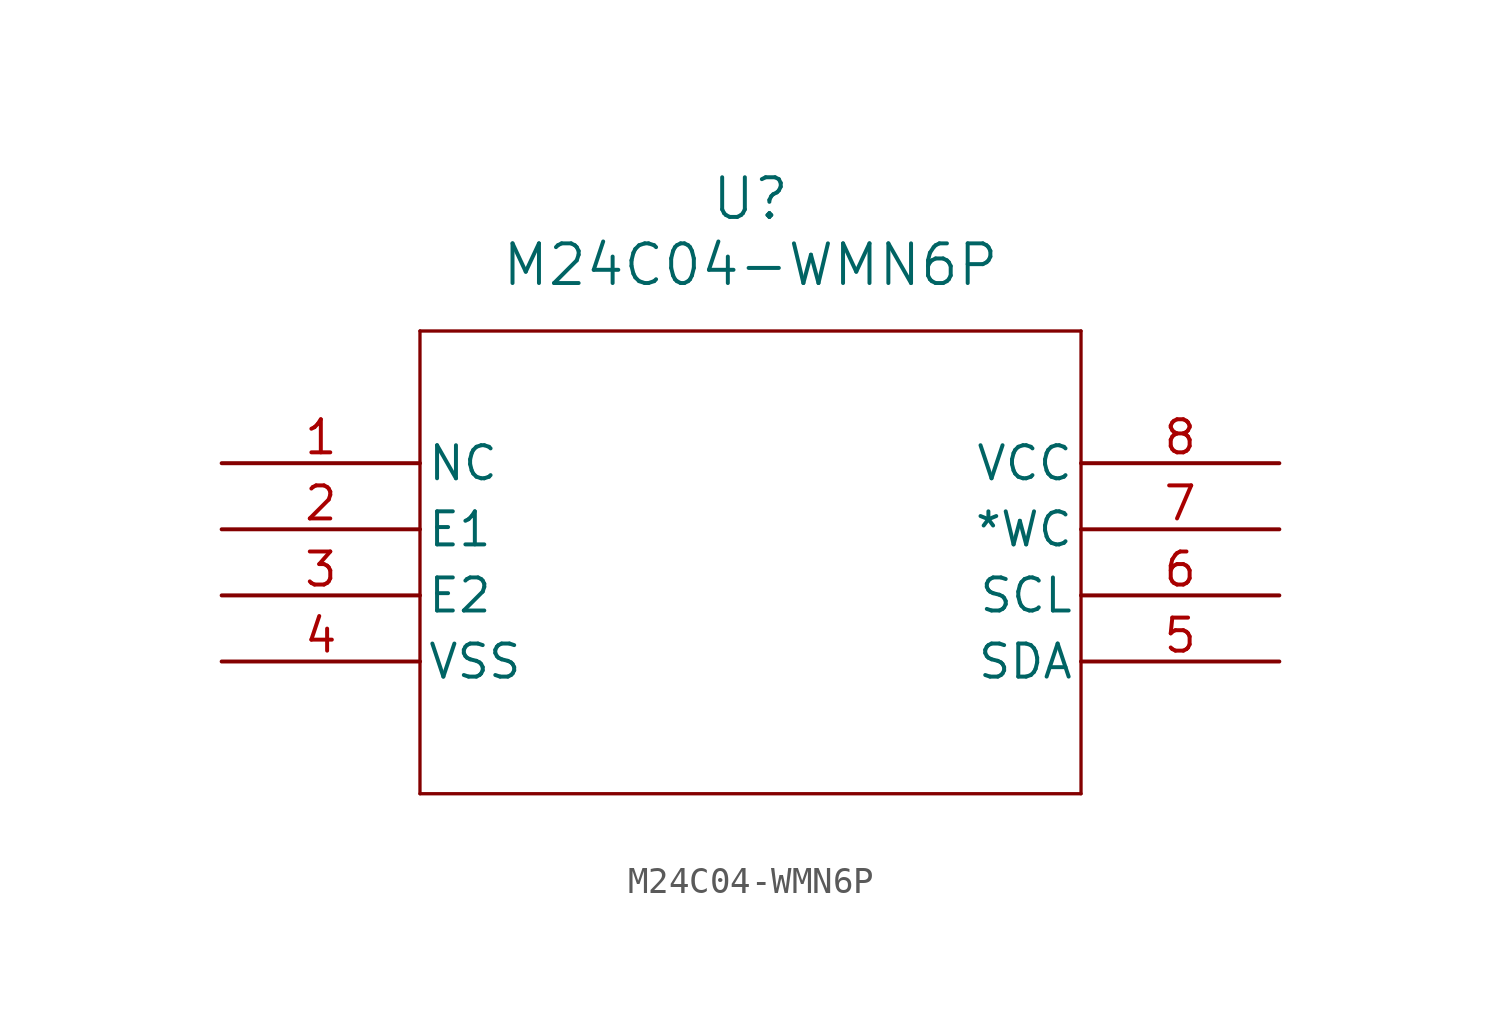
<source format=kicad_sym>
(kicad_symbol_lib
  (version 20211014)
  (generator kicad_symbol_editor)
  (symbol "M24C04-WMN6P"
    (pin_names
      (offset 0.254))
    (property "Reference" "U"
      (at 20.32 10.16 0)
      (effects (font (size 1.524 1.524))))
    (property "Value" "M24C04-WMN6P"
      (at 20.32 7.62 0)
      (effects (font (size 1.524 1.524))))
    (symbol "M24C04-WMN6P_0_1"
      (polyline (pts (xy 7.62 5.08) (xy 7.62 -12.7)) (stroke (width 0.127) (type default) (color 0 0 0 0)) (fill (type none)))
      (polyline (pts (xy 7.62 -12.7) (xy 33.02 -12.7)) (stroke (width 0.127) (type default) (color 0 0 0 0)) (fill (type none)))
      (polyline (pts (xy 33.02 -12.7) (xy 33.02 5.08)) (stroke (width 0.127) (type default) (color 0 0 0 0)) (fill (type none)))
      (polyline (pts (xy 33.02 5.08) (xy 7.62 5.08)) (stroke (width 0.127) (type default) (color 0 0 0 0)) (fill (type none)))
      (pin unspecified line (at 0 0 0) (length 7.62) (name "NC" (effects (font (size 1.27 1.27)))) (number "1" (effects (font (size 1.27 1.27)))))
      (pin unspecified line (at 0 -2.54 0) (length 7.62) (name "E1" (effects (font (size 1.27 1.27)))) (number "2" (effects (font (size 1.27 1.27)))))
      (pin unspecified line (at 0 -5.08 0) (length 7.62) (name "E2" (effects (font (size 1.27 1.27)))) (number "3" (effects (font (size 1.27 1.27)))))
      (pin unspecified line (at 0 -7.62 0) (length 7.62) (name "VSS" (effects (font (size 1.27 1.27)))) (number "4" (effects (font (size 1.27 1.27)))))
      (pin unspecified line (at 40.64 -7.62 180) (length 7.62) (name "SDA" (effects (font (size 1.27 1.27)))) (number "5" (effects (font (size 1.27 1.27)))))
      (pin unspecified line (at 40.64 -5.08 180) (length 7.62) (name "SCL" (effects (font (size 1.27 1.27)))) (number "6" (effects (font (size 1.27 1.27)))))
      (pin unspecified line (at 40.64 -2.54 180) (length 7.62) (name "*WC" (effects (font (size 1.27 1.27)))) (number "7" (effects (font (size 1.27 1.27)))))
      (pin unspecified line (at 40.64 0 180) (length 7.62) (name "VCC" (effects (font (size 1.27 1.27)))) (number "8" (effects (font (size 1.27 1.27))))))))
</source>
